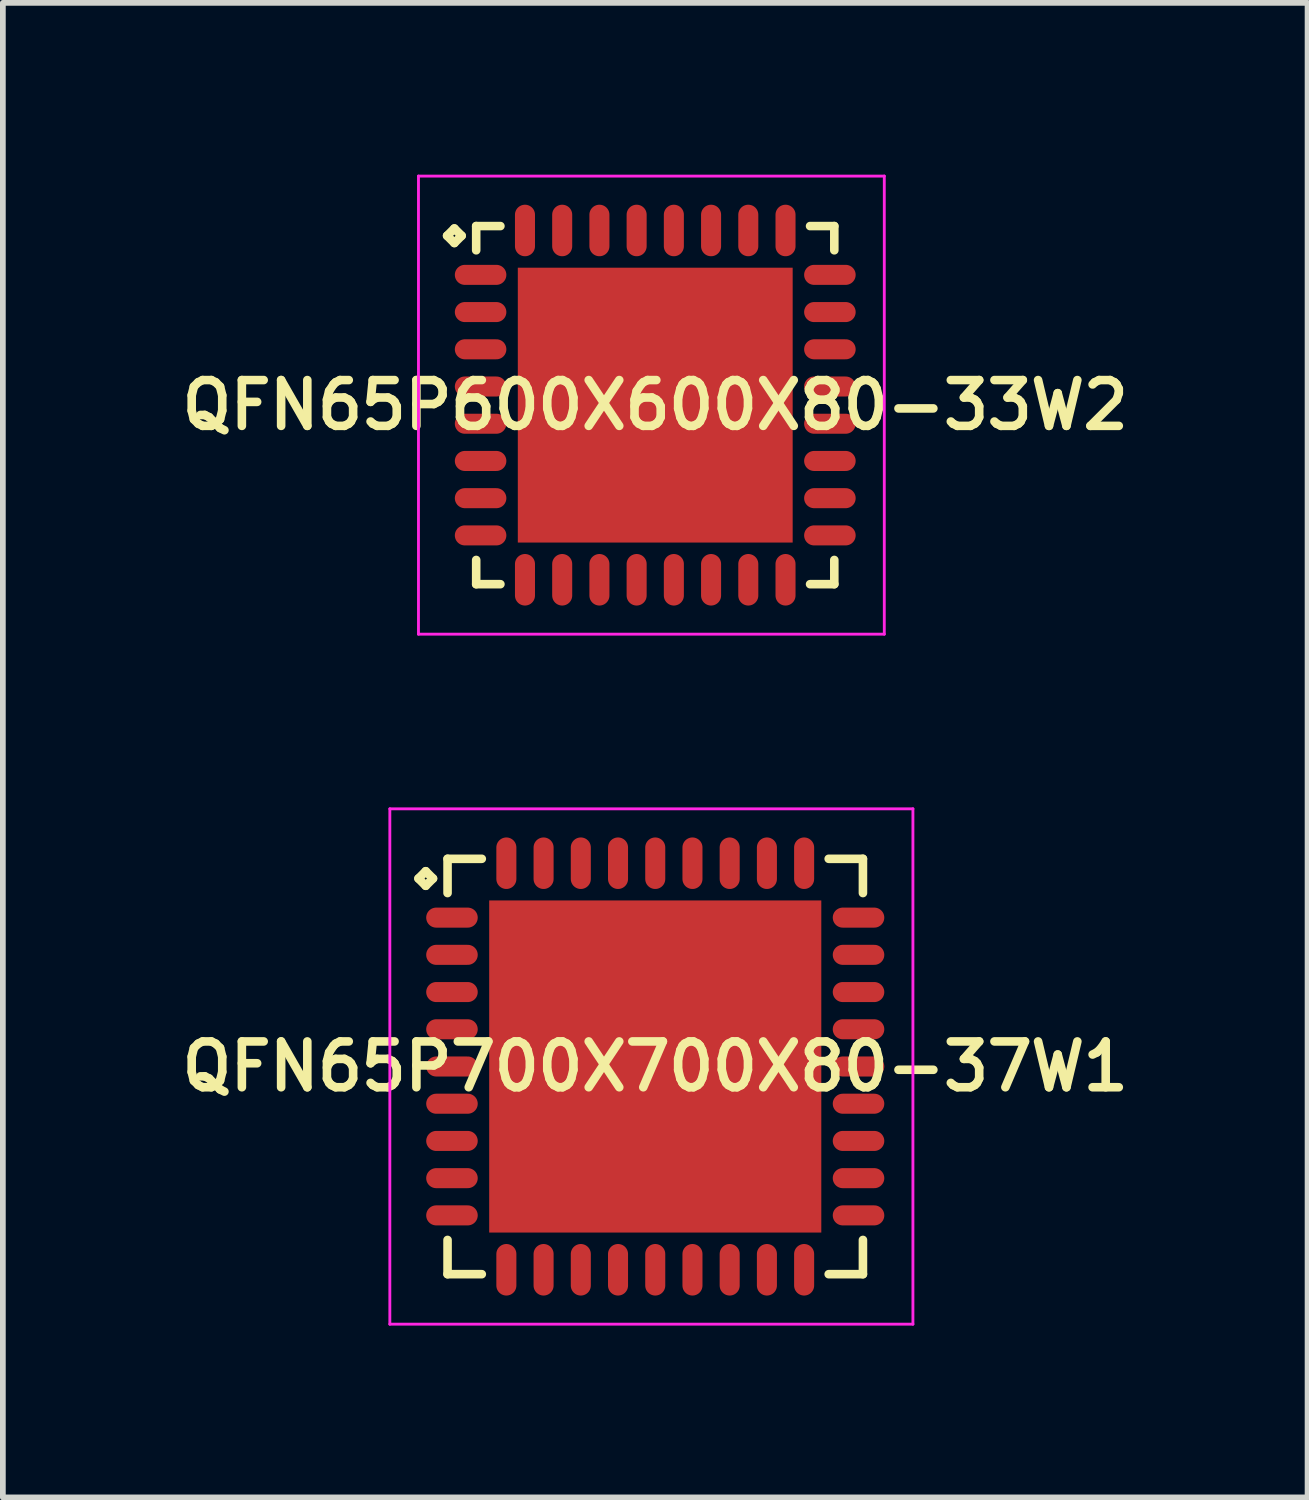
<source format=kicad_pcb>
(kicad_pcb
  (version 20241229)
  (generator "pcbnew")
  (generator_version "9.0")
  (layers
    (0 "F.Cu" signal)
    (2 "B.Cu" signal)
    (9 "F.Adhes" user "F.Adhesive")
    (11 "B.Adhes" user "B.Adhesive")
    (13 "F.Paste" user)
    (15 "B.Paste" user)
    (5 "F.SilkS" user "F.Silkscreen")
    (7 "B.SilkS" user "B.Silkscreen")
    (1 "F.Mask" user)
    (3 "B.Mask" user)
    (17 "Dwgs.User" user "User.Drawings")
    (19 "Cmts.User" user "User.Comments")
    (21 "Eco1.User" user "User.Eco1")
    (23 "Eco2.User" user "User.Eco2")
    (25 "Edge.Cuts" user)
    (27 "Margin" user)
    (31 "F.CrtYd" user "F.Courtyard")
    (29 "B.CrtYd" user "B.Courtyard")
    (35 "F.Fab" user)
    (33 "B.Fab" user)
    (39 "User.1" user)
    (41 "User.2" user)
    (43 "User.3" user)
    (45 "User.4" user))
  (footprint "QFN65P600X600X80-33W2"
    (layer "F.Cu")
    (at 8.393 4.025)
    (property "Reference" "QFN65P600X600X80-33W2" (at 0 0 0) (layer "F.SilkS") (effects (font (size 0.8 0.8) (thickness 0.15))))
    (attr smd)
    (fp_line (start -3.635 -2.958) (end -3.508 -3.085) (stroke (width 0.15) (type solid)) (layer "F.SilkS"))
    (fp_line (start -3.508 -3.085) (end -3.381 -2.958) (stroke (width 0.15) (type solid)) (layer "F.SilkS"))
    (fp_line (start -3.508 -2.831) (end -3.635 -2.958) (stroke (width 0.15) (type solid)) (layer "F.SilkS"))
    (fp_line (start -3.381 -2.958) (end -3.508 -2.831) (stroke (width 0.15) (type solid)) (layer "F.SilkS"))
    (fp_line (start -3.127 -3.127) (end -2.704 -3.127) (stroke (width 0.15) (type solid)) (layer "F.SilkS"))
    (fp_line (start -3.127 -2.704) (end -3.127 -3.127) (stroke (width 0.15) (type solid)) (layer "F.SilkS"))
    (fp_line (start -3.127 2.704) (end -3.127 3.127) (stroke (width 0.15) (type solid)) (layer "F.SilkS"))
    (fp_line (start -3.127 3.127) (end -2.704 3.127) (stroke (width 0.15) (type solid)) (layer "F.SilkS"))
    (fp_line (start 2.704 -3.127) (end 3.127 -3.127) (stroke (width 0.15) (type solid)) (layer "F.SilkS"))
    (fp_line (start 2.704 3.127) (end 3.127 3.127) (stroke (width 0.15) (type solid)) (layer "F.SilkS"))
    (fp_line (start 3.127 -3.127) (end 3.127 -2.704) (stroke (width 0.15) (type solid)) (layer "F.SilkS"))
    (fp_line (start 3.127 3.127) (end 3.127 2.704) (stroke (width 0.15) (type solid)) (layer "F.SilkS"))
    (fp_line (start -4.135 -4) (end 4 -4) (stroke (width 0.05) (type solid)) (layer "F.CrtYd"))
    (fp_line (start -4.135 4) (end -4.135 -4) (stroke (width 0.05) (type solid)) (layer "F.CrtYd"))
    (fp_line (start 4 -4) (end 4 4) (stroke (width 0.05) (type solid)) (layer "F.CrtYd"))
    (fp_line (start 4 4) (end -4.135 4) (stroke (width 0.05) (type solid)) (layer "F.CrtYd"))
    (pad "1" smd oval (at -3.05 -2.275) (size 0.9 0.35) (layers "F.Cu" "F.Mask" "F.Paste"))
    (pad "2" smd oval (at -3.05 -1.625) (size 0.9 0.35) (layers "F.Cu" "F.Mask" "F.Paste"))
    (pad "3" smd oval (at -3.05 -0.975) (size 0.9 0.35) (layers "F.Cu" "F.Mask" "F.Paste"))
    (pad "4" smd oval (at -3.05 -0.325) (size 0.9 0.35) (layers "F.Cu" "F.Mask" "F.Paste"))
    (pad "5" smd oval (at -3.05 0.325) (size 0.9 0.35) (layers "F.Cu" "F.Mask" "F.Paste"))
    (pad "6" smd oval (at -3.05 0.975) (size 0.9 0.35) (layers "F.Cu" "F.Mask" "F.Paste"))
    (pad "7" smd oval (at -3.05 1.625) (size 0.9 0.35) (layers "F.Cu" "F.Mask" "F.Paste"))
    (pad "8" smd oval (at -3.05 2.275) (size 0.9 0.35) (layers "F.Cu" "F.Mask" "F.Paste"))
    (pad "9" smd oval (at -2.275 3.05) (size 0.35 0.9) (layers "F.Cu" "F.Mask" "F.Paste"))
    (pad "10" smd oval (at -1.625 3.05) (size 0.35 0.9) (layers "F.Cu" "F.Mask" "F.Paste"))
    (pad "11" smd oval (at -0.975 3.05) (size 0.35 0.9) (layers "F.Cu" "F.Mask" "F.Paste"))
    (pad "12" smd oval (at -0.325 3.05) (size 0.35 0.9) (layers "F.Cu" "F.Mask" "F.Paste"))
    (pad "13" smd oval (at 0.325 3.05) (size 0.35 0.9) (layers "F.Cu" "F.Mask" "F.Paste"))
    (pad "14" smd oval (at 0.975 3.05) (size 0.35 0.9) (layers "F.Cu" "F.Mask" "F.Paste"))
    (pad "15" smd oval (at 1.625 3.05) (size 0.35 0.9) (layers "F.Cu" "F.Mask" "F.Paste"))
    (pad "16" smd oval (at 2.275 3.05) (size 0.35 0.9) (layers "F.Cu" "F.Mask" "F.Paste"))
    (pad "17" smd oval (at 3.05 2.275) (size 0.9 0.35) (layers "F.Cu" "F.Mask" "F.Paste"))
    (pad "18" smd oval (at 3.05 1.625) (size 0.9 0.35) (layers "F.Cu" "F.Mask" "F.Paste"))
    (pad "19" smd oval (at 3.05 0.975) (size 0.9 0.35) (layers "F.Cu" "F.Mask" "F.Paste"))
    (pad "20" smd oval (at 3.05 0.325) (size 0.9 0.35) (layers "F.Cu" "F.Mask" "F.Paste"))
    (pad "21" smd oval (at 3.05 -0.325) (size 0.9 0.35) (layers "F.Cu" "F.Mask" "F.Paste"))
    (pad "22" smd oval (at 3.05 -0.975) (size 0.9 0.35) (layers "F.Cu" "F.Mask" "F.Paste"))
    (pad "23" smd oval (at 3.05 -1.625) (size 0.9 0.35) (layers "F.Cu" "F.Mask" "F.Paste"))
    (pad "24" smd oval (at 3.05 -2.275) (size 0.9 0.35) (layers "F.Cu" "F.Mask" "F.Paste"))
    (pad "25" smd oval (at 2.275 -3.05) (size 0.35 0.9) (layers "F.Cu" "F.Mask" "F.Paste"))
    (pad "26" smd oval (at 1.625 -3.05) (size 0.35 0.9) (layers "F.Cu" "F.Mask" "F.Paste"))
    (pad "27" smd oval (at 0.975 -3.05) (size 0.35 0.9) (layers "F.Cu" "F.Mask" "F.Paste"))
    (pad "28" smd oval (at 0.325 -3.05) (size 0.35 0.9) (layers "F.Cu" "F.Mask" "F.Paste"))
    (pad "29" smd oval (at -0.325 -3.05) (size 0.35 0.9) (layers "F.Cu" "F.Mask" "F.Paste"))
    (pad "30" smd oval (at -0.975 -3.05) (size 0.35 0.9) (layers "F.Cu" "F.Mask" "F.Paste"))
    (pad "31" smd oval (at -1.625 -3.05) (size 0.35 0.9) (layers "F.Cu" "F.Mask" "F.Paste"))
    (pad "32" smd oval (at -2.275 -3.05) (size 0.35 0.9) (layers "F.Cu" "F.Mask" "F.Paste"))
    (pad "33" smd rect (at 0 0) (size 4.8 4.8) (layers "F.Cu" "F.Mask" "F.Paste")))
  (footprint "QFN65P700X700X80-37W1"
    (layer "F.Cu")
    (at 8.393 15.575)
    (property "Reference" "QFN65P700X700X80-37W1" (at 0 0 0) (layer "F.SilkS") (effects (font (size 0.8 0.8) (thickness 0.15))))
    (attr smd)
    (fp_line (start -4.135 -3.283) (end -4.008 -3.41) (stroke (width 0.15) (type solid)) (layer "F.SilkS"))
    (fp_line (start -4.008 -3.41) (end -3.881 -3.283) (stroke (width 0.15) (type solid)) (layer "F.SilkS"))
    (fp_line (start -4.008 -3.156) (end -4.135 -3.283) (stroke (width 0.15) (type solid)) (layer "F.SilkS"))
    (fp_line (start -3.881 -3.283) (end -4.008 -3.156) (stroke (width 0.15) (type solid)) (layer "F.SilkS"))
    (fp_line (start -3.627 -3.627) (end -3.029 -3.627) (stroke (width 0.15) (type solid)) (layer "F.SilkS"))
    (fp_line (start -3.627 -3.029) (end -3.627 -3.627) (stroke (width 0.15) (type solid)) (layer "F.SilkS"))
    (fp_line (start -3.627 3.029) (end -3.627 3.627) (stroke (width 0.15) (type solid)) (layer "F.SilkS"))
    (fp_line (start -3.627 3.627) (end -3.029 3.627) (stroke (width 0.15) (type solid)) (layer "F.SilkS"))
    (fp_line (start 3.029 -3.627) (end 3.627 -3.627) (stroke (width 0.15) (type solid)) (layer "F.SilkS"))
    (fp_line (start 3.029 3.627) (end 3.627 3.627) (stroke (width 0.15) (type solid)) (layer "F.SilkS"))
    (fp_line (start 3.627 -3.627) (end 3.627 -3.029) (stroke (width 0.15) (type solid)) (layer "F.SilkS"))
    (fp_line (start 3.627 3.627) (end 3.627 3.029) (stroke (width 0.15) (type solid)) (layer "F.SilkS"))
    (fp_line (start -4.635 -4.5) (end 4.5 -4.5) (stroke (width 0.05) (type solid)) (layer "F.CrtYd"))
    (fp_line (start -4.635 4.5) (end -4.635 -4.5) (stroke (width 0.05) (type solid)) (layer "F.CrtYd"))
    (fp_line (start 4.5 -4.5) (end 4.5 4.5) (stroke (width 0.05) (type solid)) (layer "F.CrtYd"))
    (fp_line (start 4.5 4.5) (end -4.635 4.5) (stroke (width 0.05) (type solid)) (layer "F.CrtYd"))
    (pad "1" smd oval (at -3.55 -2.6) (size 0.9 0.35) (layers "F.Cu" "F.Mask" "F.Paste"))
    (pad "2" smd oval (at -3.55 -1.95) (size 0.9 0.35) (layers "F.Cu" "F.Mask" "F.Paste"))
    (pad "3" smd oval (at -3.55 -1.3) (size 0.9 0.35) (layers "F.Cu" "F.Mask" "F.Paste"))
    (pad "4" smd oval (at -3.55 -0.65) (size 0.9 0.35) (layers "F.Cu" "F.Mask" "F.Paste"))
    (pad "5" smd oval (at -3.55 0) (size 0.9 0.35) (layers "F.Cu" "F.Mask" "F.Paste"))
    (pad "6" smd oval (at -3.55 0.65) (size 0.9 0.35) (layers "F.Cu" "F.Mask" "F.Paste"))
    (pad "7" smd oval (at -3.55 1.3) (size 0.9 0.35) (layers "F.Cu" "F.Mask" "F.Paste"))
    (pad "8" smd oval (at -3.55 1.95) (size 0.9 0.35) (layers "F.Cu" "F.Mask" "F.Paste"))
    (pad "9" smd oval (at -3.55 2.6) (size 0.9 0.35) (layers "F.Cu" "F.Mask" "F.Paste"))
    (pad "10" smd oval (at -2.6 3.55) (size 0.35 0.9) (layers "F.Cu" "F.Mask" "F.Paste"))
    (pad "11" smd oval (at -1.95 3.55) (size 0.35 0.9) (layers "F.Cu" "F.Mask" "F.Paste"))
    (pad "12" smd oval (at -1.3 3.55) (size 0.35 0.9) (layers "F.Cu" "F.Mask" "F.Paste"))
    (pad "13" smd oval (at -0.65 3.55) (size 0.35 0.9) (layers "F.Cu" "F.Mask" "F.Paste"))
    (pad "14" smd oval (at 0 3.55) (size 0.35 0.9) (layers "F.Cu" "F.Mask" "F.Paste"))
    (pad "15" smd oval (at 0.65 3.55) (size 0.35 0.9) (layers "F.Cu" "F.Mask" "F.Paste"))
    (pad "16" smd oval (at 1.3 3.55) (size 0.35 0.9) (layers "F.Cu" "F.Mask" "F.Paste"))
    (pad "17" smd oval (at 1.95 3.55) (size 0.35 0.9) (layers "F.Cu" "F.Mask" "F.Paste"))
    (pad "18" smd oval (at 2.6 3.55) (size 0.35 0.9) (layers "F.Cu" "F.Mask" "F.Paste"))
    (pad "19" smd oval (at 3.55 2.6) (size 0.9 0.35) (layers "F.Cu" "F.Mask" "F.Paste"))
    (pad "20" smd oval (at 3.55 1.95) (size 0.9 0.35) (layers "F.Cu" "F.Mask" "F.Paste"))
    (pad "21" smd oval (at 3.55 1.3) (size 0.9 0.35) (layers "F.Cu" "F.Mask" "F.Paste"))
    (pad "22" smd oval (at 3.55 0.65) (size 0.9 0.35) (layers "F.Cu" "F.Mask" "F.Paste"))
    (pad "23" smd oval (at 3.55 0) (size 0.9 0.35) (layers "F.Cu" "F.Mask" "F.Paste"))
    (pad "24" smd oval (at 3.55 -0.65) (size 0.9 0.35) (layers "F.Cu" "F.Mask" "F.Paste"))
    (pad "25" smd oval (at 3.55 -1.3) (size 0.9 0.35) (layers "F.Cu" "F.Mask" "F.Paste"))
    (pad "26" smd oval (at 3.55 -1.95) (size 0.9 0.35) (layers "F.Cu" "F.Mask" "F.Paste"))
    (pad "27" smd oval (at 3.55 -2.6) (size 0.9 0.35) (layers "F.Cu" "F.Mask" "F.Paste"))
    (pad "28" smd oval (at 2.6 -3.55) (size 0.35 0.9) (layers "F.Cu" "F.Mask" "F.Paste"))
    (pad "29" smd oval (at 1.95 -3.55) (size 0.35 0.9) (layers "F.Cu" "F.Mask" "F.Paste"))
    (pad "30" smd oval (at 1.3 -3.55) (size 0.35 0.9) (layers "F.Cu" "F.Mask" "F.Paste"))
    (pad "31" smd oval (at 0.65 -3.55) (size 0.35 0.9) (layers "F.Cu" "F.Mask" "F.Paste"))
    (pad "32" smd oval (at 0 -3.55) (size 0.35 0.9) (layers "F.Cu" "F.Mask" "F.Paste"))
    (pad "33" smd oval (at -0.65 -3.55) (size 0.35 0.9) (layers "F.Cu" "F.Mask" "F.Paste"))
    (pad "34" smd oval (at -1.3 -3.55) (size 0.35 0.9) (layers "F.Cu" "F.Mask" "F.Paste"))
    (pad "35" smd oval (at -1.95 -3.55) (size 0.35 0.9) (layers "F.Cu" "F.Mask" "F.Paste"))
    (pad "36" smd oval (at -2.6 -3.55) (size 0.35 0.9) (layers "F.Cu" "F.Mask" "F.Paste"))
    (pad "37" smd rect (at 0 0) (size 5.8 5.8) (layers "F.Cu" "F.Mask" "F.Paste")))
  (gr_rect
    (start -3 -3)
    (end 19.785 23.1)
    (stroke (width 0.1) (type default))
    (fill no)
    (layer "Edge.Cuts")))
</source>
